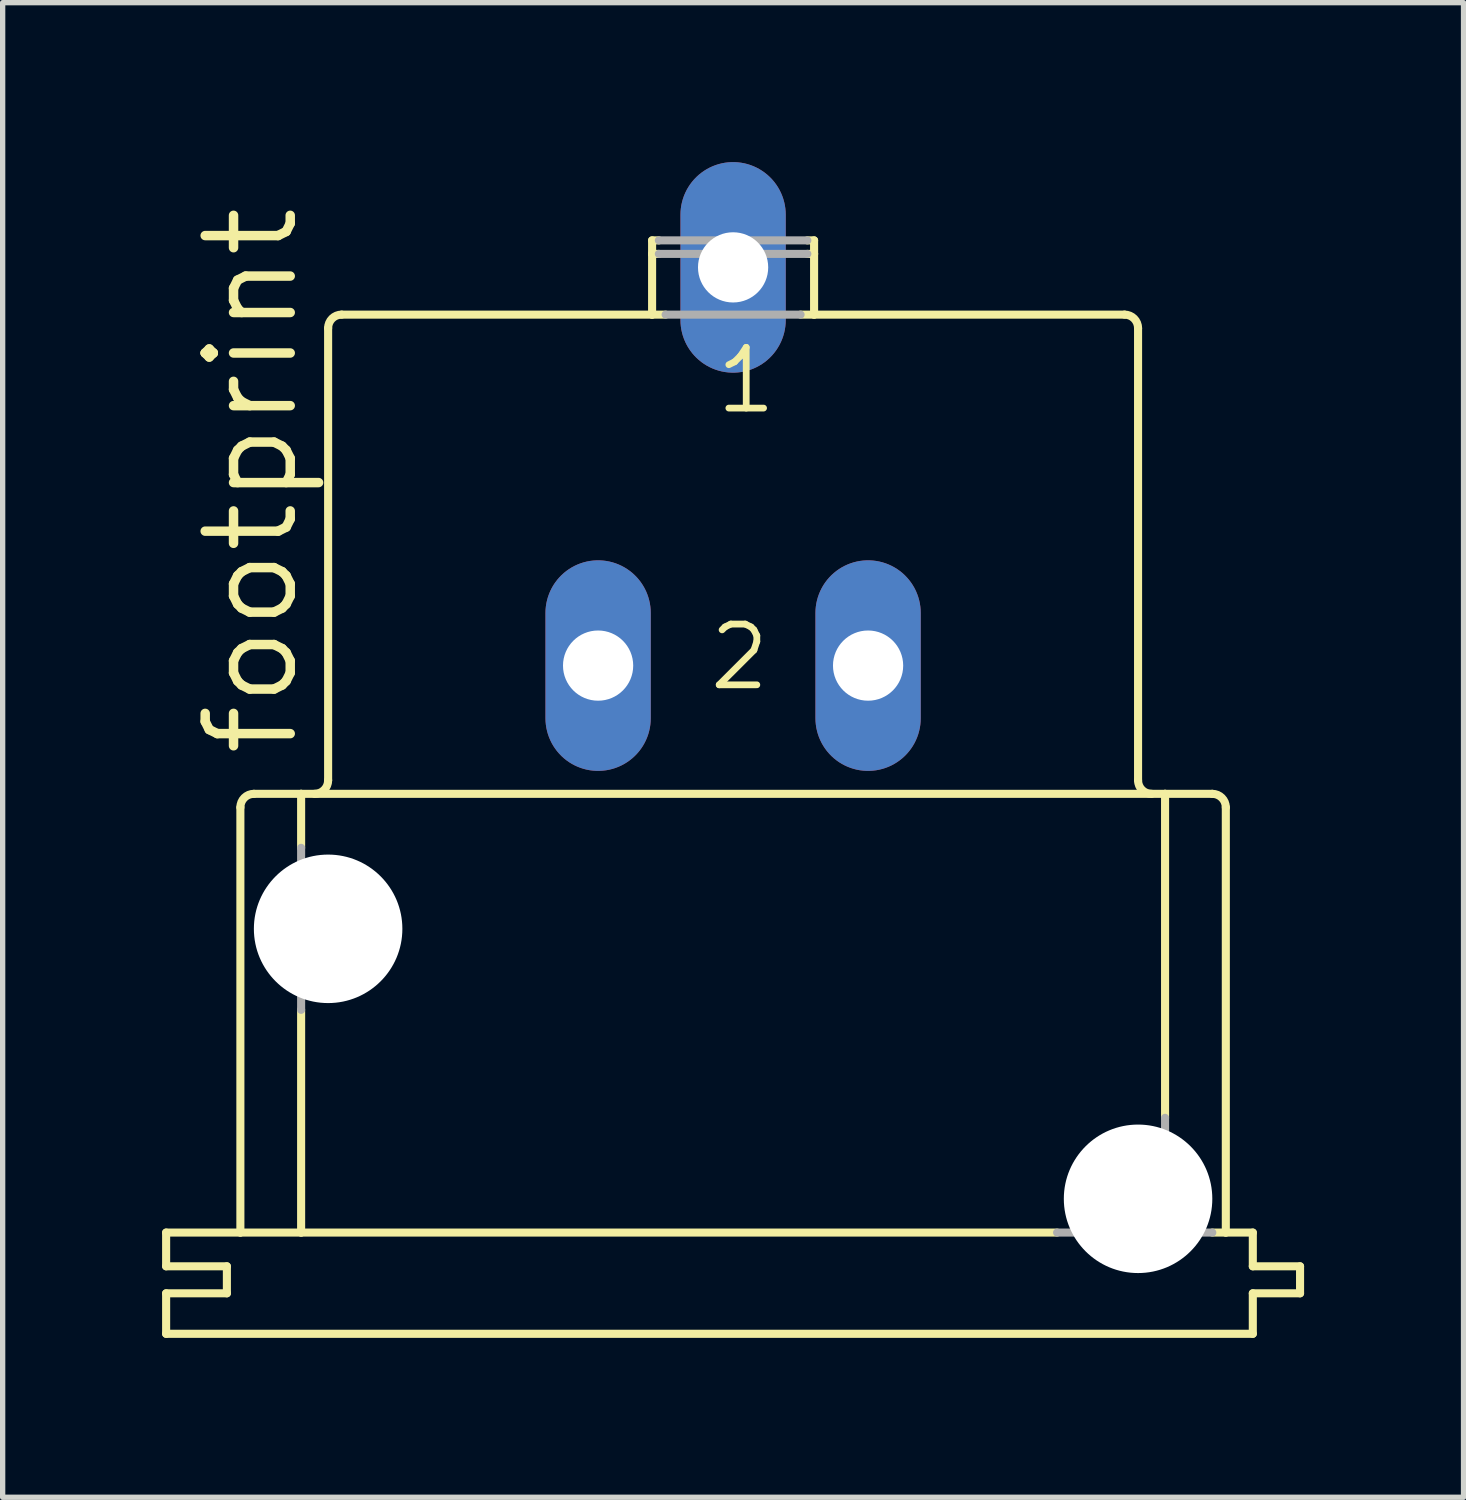
<source format=kicad_pcb>
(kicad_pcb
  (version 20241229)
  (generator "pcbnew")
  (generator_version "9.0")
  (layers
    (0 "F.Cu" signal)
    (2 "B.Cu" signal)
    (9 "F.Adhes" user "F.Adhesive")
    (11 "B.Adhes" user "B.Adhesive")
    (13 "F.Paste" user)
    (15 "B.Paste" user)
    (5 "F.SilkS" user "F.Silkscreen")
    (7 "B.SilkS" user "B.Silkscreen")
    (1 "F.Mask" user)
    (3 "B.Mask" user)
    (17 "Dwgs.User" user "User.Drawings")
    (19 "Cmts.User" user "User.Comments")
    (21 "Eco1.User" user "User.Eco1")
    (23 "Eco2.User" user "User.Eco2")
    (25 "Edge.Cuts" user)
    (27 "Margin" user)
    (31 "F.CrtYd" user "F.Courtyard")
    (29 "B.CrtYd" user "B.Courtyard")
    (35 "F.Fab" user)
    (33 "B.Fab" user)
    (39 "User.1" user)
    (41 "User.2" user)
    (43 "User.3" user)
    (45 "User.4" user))
  (footprint "footprint"
    (layer "F.Cu")
    (at 10.744 14.427)
    (property "Reference" "footprint" (at -8.128 -3.175 90) (layer "F.SilkS") (effects (font (size 1.6 1.6) (thickness 0.178)) (justify left bottom)))
    (fp_line (start -10.668 6.35) (end -10.668 5.715) (stroke (width 0.152) (type solid)) (layer "F.SilkS"))
    (fp_line (start -10.668 6.35) (end -9.525 6.35) (stroke (width 0.152) (type solid)) (layer "F.SilkS"))
    (fp_line (start -10.668 7.62) (end -10.668 6.858) (stroke (width 0.152) (type solid)) (layer "F.SilkS"))
    (fp_line (start -10.668 7.62) (end 9.779 7.62) (stroke (width 0.152) (type solid)) (layer "F.SilkS"))
    (fp_line (start -9.525 6.858) (end -10.668 6.858) (stroke (width 0.152) (type solid)) (layer "F.SilkS"))
    (fp_line (start -9.525 6.858) (end -9.525 6.35) (stroke (width 0.152) (type solid)) (layer "F.SilkS"))
    (fp_line (start -9.271 5.715) (end -10.668 5.715) (stroke (width 0.152) (type solid)) (layer "F.SilkS"))
    (fp_line (start -9.271 5.715) (end -9.271 -2.286) (stroke (width 0.152) (type solid)) (layer "F.SilkS"))
    (fp_line (start -9.271 5.715) (end -8.128 5.715) (stroke (width 0.152) (type solid)) (layer "F.SilkS"))
    (fp_line (start -9.017 -2.54) (end -8.128 -2.54) (stroke (width 0.152) (type solid)) (layer "F.SilkS"))
    (fp_line (start -8.128 -2.54) (end -8.128 -1.524) (stroke (width 0.152) (type solid)) (layer "F.SilkS"))
    (fp_line (start -8.128 1.524) (end -8.128 5.715) (stroke (width 0.152) (type solid)) (layer "F.SilkS"))
    (fp_line (start -8.128 5.715) (end 6.096 5.715) (stroke (width 0.152) (type solid)) (layer "F.SilkS"))
    (fp_line (start -7.62 -2.794) (end -7.62 -11.303) (stroke (width 0.152) (type solid)) (layer "F.SilkS"))
    (fp_line (start -1.524 -12.954) (end -1.524 -12.7) (stroke (width 0.152) (type solid)) (layer "F.SilkS"))
    (fp_line (start -1.524 -12.7) (end -1.524 -11.557) (stroke (width 0.152) (type solid)) (layer "F.SilkS"))
    (fp_line (start -1.524 -12.7) (end -1.397 -12.7) (stroke (width 0.152) (type solid)) (layer "F.SilkS"))
    (fp_line (start -1.524 -11.557) (end -7.366 -11.557) (stroke (width 0.152) (type solid)) (layer "F.SilkS"))
    (fp_line (start -1.397 -12.954) (end -1.524 -12.954) (stroke (width 0.152) (type solid)) (layer "F.SilkS"))
    (fp_line (start -1.27 -11.557) (end -1.524 -11.557) (stroke (width 0.152) (type solid)) (layer "F.SilkS"))
    (fp_line (start 1.397 -12.7) (end 1.524 -12.7) (stroke (width 0.152) (type solid)) (layer "F.SilkS"))
    (fp_line (start 1.524 -12.954) (end 1.397 -12.954) (stroke (width 0.152) (type solid)) (layer "F.SilkS"))
    (fp_line (start 1.524 -12.7) (end 1.524 -12.954) (stroke (width 0.152) (type solid)) (layer "F.SilkS"))
    (fp_line (start 1.524 -11.557) (end 1.27 -11.557) (stroke (width 0.152) (type solid)) (layer "F.SilkS"))
    (fp_line (start 1.524 -11.557) (end 1.524 -12.7) (stroke (width 0.152) (type solid)) (layer "F.SilkS"))
    (fp_line (start 7.366 -11.557) (end 1.524 -11.557) (stroke (width 0.152) (type solid)) (layer "F.SilkS"))
    (fp_line (start 7.62 -2.794) (end 7.62 -11.303) (stroke (width 0.152) (type solid)) (layer "F.SilkS"))
    (fp_line (start 8.128 -2.54) (end -8.128 -2.54) (stroke (width 0.152) (type solid)) (layer "F.SilkS"))
    (fp_line (start 8.128 3.556) (end 8.128 -2.54) (stroke (width 0.152) (type solid)) (layer "F.SilkS"))
    (fp_line (start 9.017 -2.54) (end 8.128 -2.54) (stroke (width 0.152) (type solid)) (layer "F.SilkS"))
    (fp_line (start 9.271 5.715) (end 9.017 5.715) (stroke (width 0.152) (type solid)) (layer "F.SilkS"))
    (fp_line (start 9.271 5.715) (end 9.271 -2.286) (stroke (width 0.152) (type solid)) (layer "F.SilkS"))
    (fp_line (start 9.779 5.715) (end 9.271 5.715) (stroke (width 0.152) (type solid)) (layer "F.SilkS"))
    (fp_line (start 9.779 5.715) (end 9.779 6.35) (stroke (width 0.152) (type solid)) (layer "F.SilkS"))
    (fp_line (start 9.779 7.62) (end 9.779 6.858) (stroke (width 0.152) (type solid)) (layer "F.SilkS"))
    (fp_line (start 10.668 6.35) (end 9.779 6.35) (stroke (width 0.152) (type solid)) (layer "F.SilkS"))
    (fp_line (start 10.668 6.858) (end 9.779 6.858) (stroke (width 0.152) (type solid)) (layer "F.SilkS"))
    (fp_line (start 10.668 6.858) (end 10.668 6.35) (stroke (width 0.152) (type solid)) (layer "F.SilkS"))
    (fp_arc (start -9.271 -2.286) (mid -9.196605 -2.465605) (end -9.017 -2.54) (stroke (width 0.1524) (type solid)) (layer "F.SilkS"))
    (fp_arc (start -7.62 -11.303) (mid -7.545605 -11.482605) (end -7.366 -11.557) (stroke (width 0.1524) (type solid)) (layer "F.SilkS"))
    (fp_arc (start -7.62 -2.794) (mid -7.694395 -2.614395) (end -7.874 -2.54) (stroke (width 0.1524) (type solid)) (layer "F.SilkS"))
    (fp_arc (start 7.366 -11.557) (mid 7.545605 -11.482605) (end 7.62 -11.303) (stroke (width 0.1524) (type solid)) (layer "F.SilkS"))
    (fp_arc (start 7.874 -2.54) (mid 7.694395 -2.614395) (end 7.62 -2.794) (stroke (width 0.1524) (type solid)) (layer "F.SilkS"))
    (fp_arc (start 9.017 -2.54) (mid 9.196605 -2.465605) (end 9.271 -2.286) (stroke (width 0.1524) (type solid)) (layer "F.SilkS"))
    (fp_line (start -8.128 -1.524) (end -8.128 1.524) (stroke (width 0.152) (type solid)) (layer "F.Fab"))
    (fp_line (start -1.397 -12.7) (end 1.397 -12.7) (stroke (width 0.152) (type solid)) (layer "F.Fab"))
    (fp_line (start 1.27 -11.557) (end -1.27 -11.557) (stroke (width 0.152) (type solid)) (layer "F.Fab"))
    (fp_line (start 1.397 -12.954) (end -1.397 -12.954) (stroke (width 0.152) (type solid)) (layer "F.Fab"))
    (fp_line (start 8.128 3.556) (end 8.128 5.715) (stroke (width 0.152) (type solid)) (layer "F.Fab"))
    (fp_line (start 8.128 5.715) (end 6.096 5.715) (stroke (width 0.152) (type solid)) (layer "F.Fab"))
    (fp_line (start 9.017 5.715) (end 8.128 5.715) (stroke (width 0.152) (type solid)) (layer "F.Fab"))
    (fp_text user "1" (at -0.381 -9.652 0) (layer "F.SilkS") (effects (font (size 1.143 1.143) (thickness 0.127)) (justify left bottom)))
    (fp_text user "2" (at -0.508 -4.445 0) (layer "F.SilkS") (effects (font (size 1.143 1.143) (thickness 0.127)) (justify left bottom)))
    (pad "" np_thru_hole circle (at -7.62 0) (size 2.794 2.794) (drill 2.794) (layers "*.Cu" "*.Mask"))
    (pad "" np_thru_hole circle (at 7.62 5.08) (size 2.794 2.794) (drill 2.794) (layers "*.Cu" "*.Mask"))
    (pad "1" thru_hole oval (at 0 -12.446 90) (size 3.962 1.981) (drill 1.321) (layers "*.Cu" "*.Mask"))
    (pad "2" thru_hole oval (at 2.54 -4.953 90) (size 3.962 1.981) (drill 1.321) (layers "*.Cu" "*.Mask"))
    (pad "2@1" thru_hole oval (at -2.54 -4.953 90) (size 3.962 1.981) (drill 1.321) (layers "*.Cu" "*.Mask")))
  (gr_rect
    (start -3 -3)
    (end 24.488 25.123)
    (stroke (width 0.1) (type default))
    (fill no)
    (layer "Edge.Cuts")))
</source>
